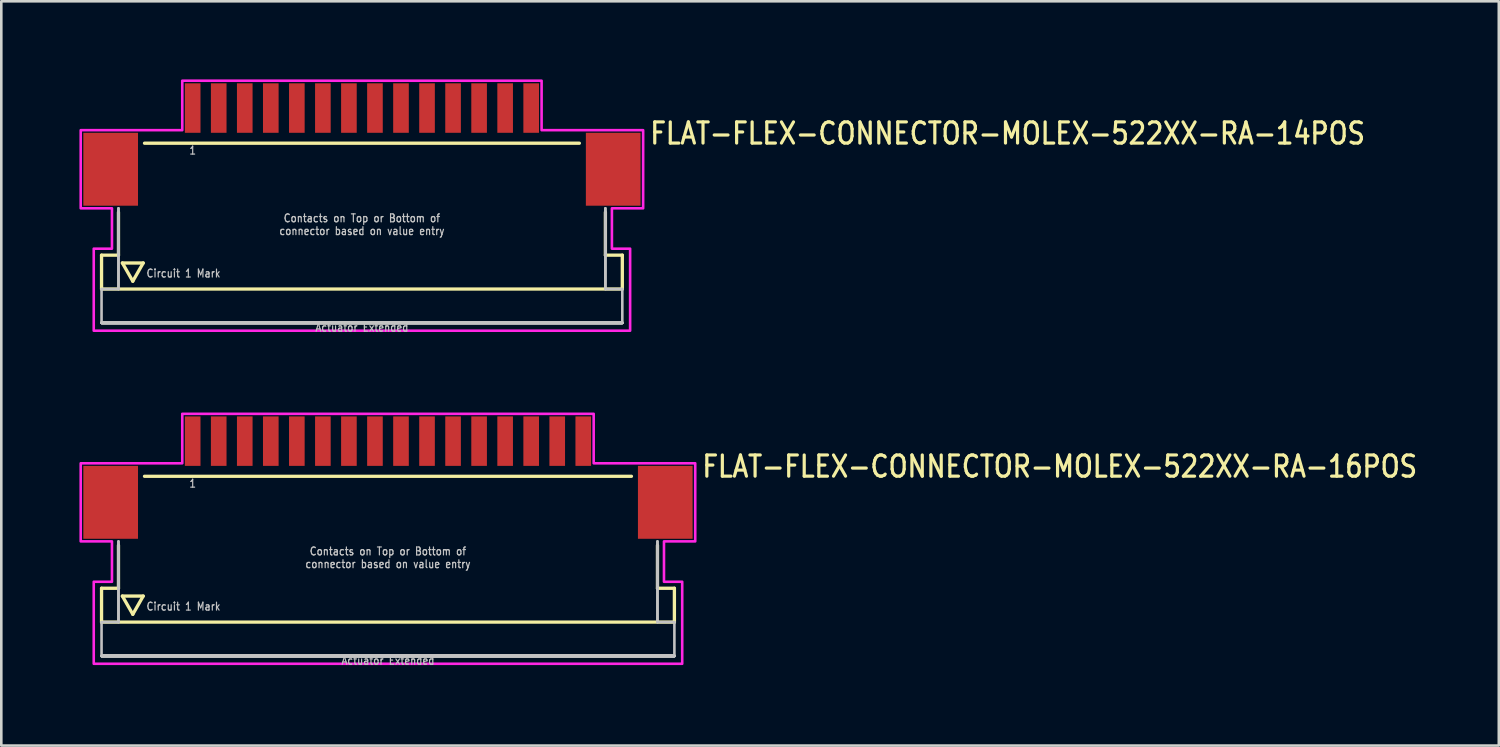
<source format=kicad_pcb>
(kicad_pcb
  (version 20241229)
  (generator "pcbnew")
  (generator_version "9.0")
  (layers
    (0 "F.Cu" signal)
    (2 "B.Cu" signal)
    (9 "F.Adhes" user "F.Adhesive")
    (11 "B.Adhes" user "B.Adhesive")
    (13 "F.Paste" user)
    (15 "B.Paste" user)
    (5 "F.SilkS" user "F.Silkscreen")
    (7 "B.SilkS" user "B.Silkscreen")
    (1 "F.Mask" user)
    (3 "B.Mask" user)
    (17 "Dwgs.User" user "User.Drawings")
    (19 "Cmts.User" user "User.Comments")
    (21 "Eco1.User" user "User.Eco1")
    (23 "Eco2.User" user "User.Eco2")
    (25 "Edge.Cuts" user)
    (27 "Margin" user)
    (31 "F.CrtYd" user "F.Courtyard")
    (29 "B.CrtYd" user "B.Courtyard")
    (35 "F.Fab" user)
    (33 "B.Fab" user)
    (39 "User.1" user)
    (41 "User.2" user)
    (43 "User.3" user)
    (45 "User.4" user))
  (footprint "FLAT-FLEX-CONNECTOR-MOLEX-522XX-RA-14POS"
    (layer "F.Cu")
    (at 10.85 2.05)
    (property "Reference" "FLAT-FLEX-CONNECTOR-MOLEX-522XX-RA-14POS" (at 11 0.5 0) (unlocked yes) (layer "F.SilkS") (effects (font (size 0.813 0.695) (thickness 0.122)) (justify left bottom)))
    (fp_line (start -10 4.7) (end -10 6) (stroke (width 0.127) (type solid)) (layer "F.SilkS"))
    (fp_line (start -10 6) (end 10 6) (stroke (width 0.127) (type solid)) (layer "F.SilkS"))
    (fp_line (start -9.35 3.05) (end -9.35 4.7) (stroke (width 0.127) (type solid)) (layer "F.SilkS"))
    (fp_line (start -9.35 4.7) (end -10 4.7) (stroke (width 0.127) (type solid)) (layer "F.SilkS"))
    (fp_line (start -9.2 5) (end -8.4 5) (stroke (width 0.127) (type solid)) (layer "F.SilkS"))
    (fp_line (start -8.8 5.7) (end -9.2 5) (stroke (width 0.127) (type solid)) (layer "F.SilkS"))
    (fp_line (start -8.4 5) (end -8.8 5.7) (stroke (width 0.127) (type solid)) (layer "F.SilkS"))
    (fp_line (start -8.35 0.4) (end 8.35 0.4) (stroke (width 0.127) (type solid)) (layer "F.SilkS"))
    (fp_line (start 9.35 3.05) (end 9.35 4.7) (stroke (width 0.127) (type solid)) (layer "F.SilkS"))
    (fp_line (start 10 4.7) (end 9.35 4.7) (stroke (width 0.127) (type solid)) (layer "F.SilkS"))
    (fp_line (start 10 6) (end 10 4.7) (stroke (width 0.127) (type solid)) (layer "F.SilkS"))
    (fp_line (start -10 6) (end -10 7.3) (stroke (width 0.1) (type solid)) (layer "Dwgs.User"))
    (fp_line (start -10 7.3) (end 10 7.3) (stroke (width 0.1) (type solid)) (layer "Dwgs.User"))
    (fp_line (start -10 7.3) (end 10 7.3) (stroke (width 0.1) (type solid)) (layer "Dwgs.User"))
    (fp_line (start -10 7.3) (end 10 7.3) (stroke (width 0.1) (type solid)) (layer "Dwgs.User"))
    (fp_line (start -10 7.3) (end 10 7.3) (stroke (width 0.1) (type solid)) (layer "Dwgs.User"))
    (fp_line (start -10 7.3) (end 10 7.3) (stroke (width 0.1) (type solid)) (layer "Dwgs.User"))
    (fp_line (start -10 7.3) (end 10 7.3) (stroke (width 0.1) (type solid)) (layer "Dwgs.User"))
    (fp_line (start -10 7.3) (end 10 7.3) (stroke (width 0.1) (type solid)) (layer "Dwgs.User"))
    (fp_line (start -10 7.3) (end 10 7.3) (stroke (width 0.1) (type solid)) (layer "Dwgs.User"))
    (fp_line (start -10 7.3) (end 10 7.3) (stroke (width 0.1) (type solid)) (layer "Dwgs.User"))
    (fp_line (start -10 7.3) (end 10 7.3) (stroke (width 0.1) (type solid)) (layer "Dwgs.User"))
    (fp_line (start -9.35 2.9) (end -9.35 6) (stroke (width 0.1) (type solid)) (layer "Dwgs.User"))
    (fp_line (start -9.35 2.9) (end -9.35 6) (stroke (width 0.1) (type solid)) (layer "Dwgs.User"))
    (fp_line (start -9.35 6) (end -10 6) (stroke (width 0.1) (type solid)) (layer "Dwgs.User"))
    (fp_line (start 9.35 2.9) (end 9.35 6) (stroke (width 0.1) (type solid)) (layer "Dwgs.User"))
    (fp_line (start 9.35 2.9) (end 9.35 6) (stroke (width 0.1) (type solid)) (layer "Dwgs.User"))
    (fp_line (start 10 6) (end 9.35 6) (stroke (width 0.1) (type solid)) (layer "Dwgs.User"))
    (fp_line (start 10 7.3) (end 10 6) (stroke (width 0.1) (type solid)) (layer "Dwgs.User"))
    (fp_poly (pts (xy -10.8 2.9) (xy -10.8 -0.1) (xy -6.9 -0.1) (xy -6.9 -2) (xy 6.9 -2) (xy 6.9 -0.1) (xy 10.8 -0.1) (xy 10.8 2.9) (xy 9.6 2.9) (xy 9.6 4.45) (xy 10.3 4.45) (xy 10.3 7.6) (xy -10.3 7.6) (xy -10.3 4.45) (xy -9.6 4.45) (xy -9.6 2.9)) (stroke (width 0.1) (type solid)) (fill no) (layer "F.CrtYd"))
    (fp_text user "Actuator Extended" (at 0 7.3 0) (unlocked yes) (layer "Dwgs.User") (effects (font (size 0.305 0.261) (thickness 0.046)) (justify top)))
    (fp_text user "1" (at -6.5 0.5 0) (unlocked yes) (layer "Dwgs.User") (effects (font (size 0.305 0.261) (thickness 0.046)) (justify top)))
    (fp_text user "Contacts on Top or Bottom of\nconnector based on value entry" (at 0 3.95 0) (unlocked yes) (layer "Dwgs.User") (effects (font (size 0.305 0.261) (thickness 0.046)) (justify bottom)))
    (fp_text user "Circuit 1 Mark" (at -8.3 5.4 0) (unlocked yes) (layer "Dwgs.User") (effects (font (size 0.305 0.261) (thickness 0.046)) (justify left)))
    (pad "1" smd rect (at -6.5 -0.95) (size 0.6 1.9) (layers "F.Cu" "F.Mask" "F.Paste"))
    (pad "2" smd rect (at -5.5 -0.95) (size 0.6 1.9) (layers "F.Cu" "F.Mask" "F.Paste"))
    (pad "3" smd rect (at -4.5 -0.95) (size 0.6 1.9) (layers "F.Cu" "F.Mask" "F.Paste"))
    (pad "4" smd rect (at -3.5 -0.95) (size 0.6 1.9) (layers "F.Cu" "F.Mask" "F.Paste"))
    (pad "5" smd rect (at -2.5 -0.95) (size 0.6 1.9) (layers "F.Cu" "F.Mask" "F.Paste"))
    (pad "6" smd rect (at -1.5 -0.95) (size 0.6 1.9) (layers "F.Cu" "F.Mask" "F.Paste"))
    (pad "7" smd rect (at -0.5 -0.95) (size 0.6 1.9) (layers "F.Cu" "F.Mask" "F.Paste"))
    (pad "8" smd rect (at 0.5 -0.95) (size 0.6 1.9) (layers "F.Cu" "F.Mask" "F.Paste"))
    (pad "9" smd rect (at 1.5 -0.95) (size 0.6 1.9) (layers "F.Cu" "F.Mask" "F.Paste"))
    (pad "10" smd rect (at 2.5 -0.95) (size 0.6 1.9) (layers "F.Cu" "F.Mask" "F.Paste"))
    (pad "11" smd rect (at 3.5 -0.95) (size 0.6 1.9) (layers "F.Cu" "F.Mask" "F.Paste"))
    (pad "12" smd rect (at 4.5 -0.95) (size 0.6 1.9) (layers "F.Cu" "F.Mask" "F.Paste"))
    (pad "13" smd rect (at 5.5 -0.95) (size 0.6 1.9) (layers "F.Cu" "F.Mask" "F.Paste"))
    (pad "14" smd rect (at 6.5 -0.95) (size 0.6 1.9) (layers "F.Cu" "F.Mask" "F.Paste"))
    (pad "M1" smd rect (at -9.65 1.4) (size 2.1 2.8) (layers "F.Cu" "F.Mask" "F.Paste"))
    (pad "M2" smd rect (at 9.65 1.4) (size 2.1 2.8) (layers "F.Cu" "F.Mask" "F.Paste")))
  (footprint "FLAT-FLEX-CONNECTOR-MOLEX-522XX-RA-16POS"
    (layer "F.Cu")
    (at 11.85 14.842)
    (property "Reference" "FLAT-FLEX-CONNECTOR-MOLEX-522XX-RA-16POS" (at 12 0.5 0) (unlocked yes) (layer "F.SilkS") (effects (font (size 0.813 0.695) (thickness 0.122)) (justify left bottom)))
    (fp_line (start -11 4.7) (end -11 6) (stroke (width 0.127) (type solid)) (layer "F.SilkS"))
    (fp_line (start -11 6) (end 11 6) (stroke (width 0.127) (type solid)) (layer "F.SilkS"))
    (fp_line (start -10.35 3.05) (end -10.35 4.7) (stroke (width 0.127) (type solid)) (layer "F.SilkS"))
    (fp_line (start -10.35 4.7) (end -11 4.7) (stroke (width 0.127) (type solid)) (layer "F.SilkS"))
    (fp_line (start -10.2 5) (end -9.4 5) (stroke (width 0.127) (type solid)) (layer "F.SilkS"))
    (fp_line (start -9.8 5.7) (end -10.2 5) (stroke (width 0.127) (type solid)) (layer "F.SilkS"))
    (fp_line (start -9.4 5) (end -9.8 5.7) (stroke (width 0.127) (type solid)) (layer "F.SilkS"))
    (fp_line (start -9.35 0.4) (end 9.35 0.4) (stroke (width 0.127) (type solid)) (layer "F.SilkS"))
    (fp_line (start 10.35 3.05) (end 10.35 4.7) (stroke (width 0.127) (type solid)) (layer "F.SilkS"))
    (fp_line (start 11 4.7) (end 10.35 4.7) (stroke (width 0.127) (type solid)) (layer "F.SilkS"))
    (fp_line (start 11 6) (end 11 4.7) (stroke (width 0.127) (type solid)) (layer "F.SilkS"))
    (fp_line (start -11 6) (end -11 7.3) (stroke (width 0.1) (type solid)) (layer "Dwgs.User"))
    (fp_line (start -11 7.3) (end 11 7.3) (stroke (width 0.1) (type solid)) (layer "Dwgs.User"))
    (fp_line (start -11 7.3) (end 11 7.3) (stroke (width 0.1) (type solid)) (layer "Dwgs.User"))
    (fp_line (start -11 7.3) (end 11 7.3) (stroke (width 0.1) (type solid)) (layer "Dwgs.User"))
    (fp_line (start -11 7.3) (end 11 7.3) (stroke (width 0.1) (type solid)) (layer "Dwgs.User"))
    (fp_line (start -11 7.3) (end 11 7.3) (stroke (width 0.1) (type solid)) (layer "Dwgs.User"))
    (fp_line (start -11 7.3) (end 11 7.3) (stroke (width 0.1) (type solid)) (layer "Dwgs.User"))
    (fp_line (start -11 7.3) (end 11 7.3) (stroke (width 0.1) (type solid)) (layer "Dwgs.User"))
    (fp_line (start -11 7.3) (end 11 7.3) (stroke (width 0.1) (type solid)) (layer "Dwgs.User"))
    (fp_line (start -11 7.3) (end 11 7.3) (stroke (width 0.1) (type solid)) (layer "Dwgs.User"))
    (fp_line (start -11 7.3) (end 11 7.3) (stroke (width 0.1) (type solid)) (layer "Dwgs.User"))
    (fp_line (start -11 7.3) (end 11 7.3) (stroke (width 0.1) (type solid)) (layer "Dwgs.User"))
    (fp_line (start -10.35 2.9) (end -10.35 6) (stroke (width 0.1) (type solid)) (layer "Dwgs.User"))
    (fp_line (start -10.35 2.9) (end -10.35 6) (stroke (width 0.1) (type solid)) (layer "Dwgs.User"))
    (fp_line (start -10.35 6) (end -11 6) (stroke (width 0.1) (type solid)) (layer "Dwgs.User"))
    (fp_line (start 10.35 2.9) (end 10.35 6) (stroke (width 0.1) (type solid)) (layer "Dwgs.User"))
    (fp_line (start 10.35 2.9) (end 10.35 6) (stroke (width 0.1) (type solid)) (layer "Dwgs.User"))
    (fp_line (start 11 6) (end 10.35 6) (stroke (width 0.1) (type solid)) (layer "Dwgs.User"))
    (fp_line (start 11 7.3) (end 11 6) (stroke (width 0.1) (type solid)) (layer "Dwgs.User"))
    (fp_poly (pts (xy -11.8 2.9) (xy -11.8 -0.1) (xy -7.9 -0.1) (xy -7.9 -2) (xy 7.9 -2) (xy 7.9 -0.1) (xy 11.8 -0.1) (xy 11.8 2.9) (xy 10.6 2.9) (xy 10.6 4.45) (xy 11.3 4.45) (xy 11.3 7.6) (xy -11.3 7.6) (xy -11.3 4.45) (xy -10.6 4.45) (xy -10.6 2.9)) (stroke (width 0.1) (type solid)) (fill no) (layer "F.CrtYd"))
    (fp_text user "Actuator Extended" (at 0 7.3 0) (unlocked yes) (layer "Dwgs.User") (effects (font (size 0.305 0.261) (thickness 0.046)) (justify top)))
    (fp_text user "Circuit 1 Mark" (at -9.3 5.4 0) (unlocked yes) (layer "Dwgs.User") (effects (font (size 0.305 0.261) (thickness 0.046)) (justify left)))
    (fp_text user "1" (at -7.5 0.5 0) (unlocked yes) (layer "Dwgs.User") (effects (font (size 0.305 0.261) (thickness 0.046)) (justify top)))
    (fp_text user "Contacts on Top or Bottom of\nconnector based on value entry" (at 0 3.95 0) (unlocked yes) (layer "Dwgs.User") (effects (font (size 0.305 0.261) (thickness 0.046)) (justify bottom)))
    (pad "1" smd rect (at -7.5 -0.95) (size 0.6 1.9) (layers "F.Cu" "F.Mask" "F.Paste"))
    (pad "2" smd rect (at -6.5 -0.95) (size 0.6 1.9) (layers "F.Cu" "F.Mask" "F.Paste"))
    (pad "3" smd rect (at -5.5 -0.95) (size 0.6 1.9) (layers "F.Cu" "F.Mask" "F.Paste"))
    (pad "4" smd rect (at -4.5 -0.95) (size 0.6 1.9) (layers "F.Cu" "F.Mask" "F.Paste"))
    (pad "5" smd rect (at -3.5 -0.95) (size 0.6 1.9) (layers "F.Cu" "F.Mask" "F.Paste"))
    (pad "6" smd rect (at -2.5 -0.95) (size 0.6 1.9) (layers "F.Cu" "F.Mask" "F.Paste"))
    (pad "7" smd rect (at -1.5 -0.95) (size 0.6 1.9) (layers "F.Cu" "F.Mask" "F.Paste"))
    (pad "8" smd rect (at -0.5 -0.95) (size 0.6 1.9) (layers "F.Cu" "F.Mask" "F.Paste"))
    (pad "9" smd rect (at 0.5 -0.95) (size 0.6 1.9) (layers "F.Cu" "F.Mask" "F.Paste"))
    (pad "10" smd rect (at 1.5 -0.95) (size 0.6 1.9) (layers "F.Cu" "F.Mask" "F.Paste"))
    (pad "11" smd rect (at 2.5 -0.95) (size 0.6 1.9) (layers "F.Cu" "F.Mask" "F.Paste"))
    (pad "12" smd rect (at 3.5 -0.95) (size 0.6 1.9) (layers "F.Cu" "F.Mask" "F.Paste"))
    (pad "13" smd rect (at 4.5 -0.95) (size 0.6 1.9) (layers "F.Cu" "F.Mask" "F.Paste"))
    (pad "14" smd rect (at 5.5 -0.95) (size 0.6 1.9) (layers "F.Cu" "F.Mask" "F.Paste"))
    (pad "15" smd rect (at 6.5 -0.95) (size 0.6 1.9) (layers "F.Cu" "F.Mask" "F.Paste"))
    (pad "16" smd rect (at 7.5 -0.95) (size 0.6 1.9) (layers "F.Cu" "F.Mask" "F.Paste"))
    (pad "M1" smd rect (at -10.65 1.4) (size 2.1 2.8) (layers "F.Cu" "F.Mask" "F.Paste"))
    (pad "M2" smd rect (at 10.65 1.4) (size 2.1 2.8) (layers "F.Cu" "F.Mask" "F.Paste")))
  (gr_rect
    (start -3 -3)
    (end 54.511 25.584)
    (stroke (width 0.1) (type default))
    (fill no)
    (layer "Edge.Cuts")))
</source>
